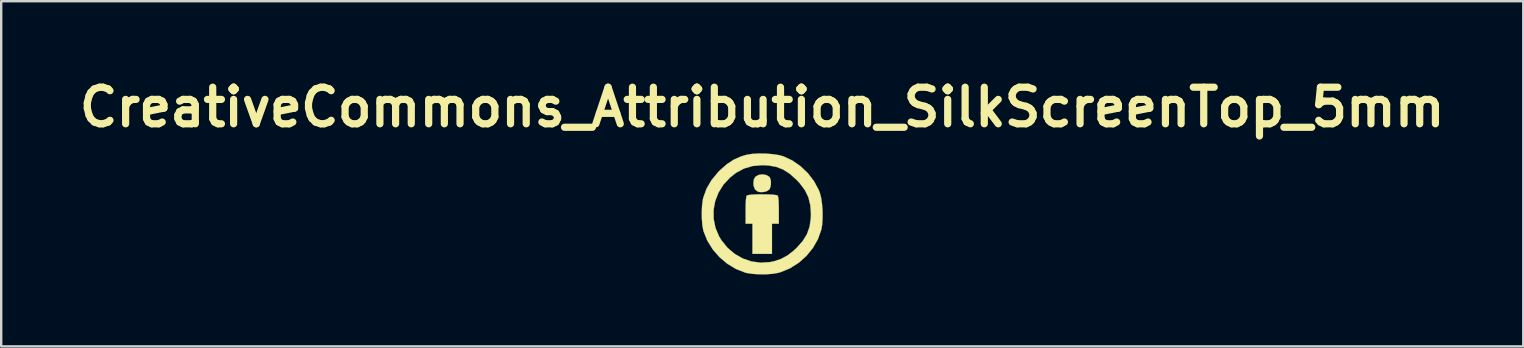
<source format=kicad_pcb>
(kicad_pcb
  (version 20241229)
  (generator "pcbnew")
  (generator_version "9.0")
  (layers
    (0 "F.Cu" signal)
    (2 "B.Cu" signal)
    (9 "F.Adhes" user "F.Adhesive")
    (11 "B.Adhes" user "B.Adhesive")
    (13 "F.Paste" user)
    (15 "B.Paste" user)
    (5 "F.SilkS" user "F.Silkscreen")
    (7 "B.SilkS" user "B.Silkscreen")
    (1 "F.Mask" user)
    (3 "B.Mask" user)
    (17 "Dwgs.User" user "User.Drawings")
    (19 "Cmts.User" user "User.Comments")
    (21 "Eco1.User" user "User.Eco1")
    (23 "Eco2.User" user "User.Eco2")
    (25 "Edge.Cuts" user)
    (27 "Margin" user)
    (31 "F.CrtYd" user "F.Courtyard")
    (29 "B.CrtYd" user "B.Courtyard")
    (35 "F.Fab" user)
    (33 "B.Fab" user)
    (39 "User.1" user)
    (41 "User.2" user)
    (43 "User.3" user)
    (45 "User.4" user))
  (footprint "CreativeCommons_Attribution_SilkScreenTop_5mm"
    (layer "F.Cu")
    (at 28.709 5.863)
    (property "Reference" "CreativeCommons_Attribution_SilkScreenTop_5mm" (at 0 -4.445 0) (layer "F.SilkS") (effects (font (size 1.524 1.524) (thickness 0.3))))
    (attr through_hole)
    (fp_poly (pts (xy 0.158 -1.622) (xy 0.278 -1.56) (xy 0.325 -1.503) (xy 0.361 -1.377) (xy 0.361 -1.225) (xy 0.33 -1.084) (xy 0.294 -1.018) (xy 0.196 -0.95) (xy 0.055 -0.912) (xy -0.095 -0.909) (xy -0.19 -0.933) (xy -0.301 -1.022) (xy -0.358 -1.172) (xy -0.366 -1.28) (xy -0.346 -1.444) (xy -0.28 -1.552) (xy -0.157 -1.621) (xy -0.143 -1.625) (xy 0.008 -1.647) (xy 0.158 -1.622)) (stroke (width 0.01) (type solid)) (fill yes) (layer "F.SilkS"))
    (fp_poly (pts (xy 0.108 -0.814) (xy 0.302 -0.809) (xy 0.468 -0.799) (xy 0.588 -0.783) (xy 0.642 -0.764) (xy 0.665 -0.702) (xy 0.681 -0.567) (xy 0.689 -0.357) (xy 0.691 -0.154) (xy 0.691 0.406) (xy 0.406 0.406) (xy 0.406 1.666) (xy -0.406 1.666) (xy -0.406 0.406) (xy -0.691 0.406) (xy -0.691 -0.154) (xy -0.687 -0.422) (xy -0.677 -0.611) (xy -0.66 -0.726) (xy -0.642 -0.764) (xy -0.582 -0.784) (xy -0.458 -0.8) (xy -0.29 -0.81) (xy -0.095 -0.815) (xy 0.108 -0.814)) (stroke (width 0.01) (type solid)) (fill yes) (layer "F.SilkS"))
    (fp_poly (pts (xy 0.144 -2.512) (xy 0.437 -2.489) (xy 0.699 -2.449) (xy 0.883 -2.399) (xy 1.25 -2.228) (xy 1.594 -1.99) (xy 1.902 -1.697) (xy 2.159 -1.362) (xy 2.354 -0.999) (xy 2.401 -0.879) (xy 2.455 -0.667) (xy 2.493 -0.402) (xy 2.514 -0.11) (xy 2.515 0.184) (xy 2.497 0.452) (xy 2.463 0.652) (xy 2.322 1.049) (xy 2.111 1.419) (xy 1.841 1.751) (xy 1.521 2.036) (xy 1.16 2.264) (xy 0.768 2.426) (xy 0.665 2.455) (xy 0.444 2.494) (xy 0.176 2.514) (xy -0.111 2.516) (xy -0.388 2.499) (xy -0.627 2.464) (xy -0.711 2.444) (xy -1.097 2.293) (xy -1.458 2.074) (xy -1.783 1.798) (xy -2.062 1.477) (xy -2.284 1.12) (xy -2.438 0.74) (xy -2.458 0.668) (xy -2.494 0.462) (xy -2.514 0.206) (xy -2.518 -0.073) (xy -2.514 -0.166) (xy -2.027 -0.166) (xy -2.024 0.209) (xy -1.948 0.58) (xy -1.799 0.935) (xy -1.703 1.093) (xy -1.446 1.411) (xy -1.144 1.668) (xy -0.807 1.859) (xy -0.443 1.982) (xy -0.062 2.033) (xy 0.327 2.008) (xy 0.507 1.97) (xy 0.793 1.872) (xy 1.052 1.731) (xy 1.307 1.534) (xy 1.446 1.403) (xy 1.692 1.123) (xy 1.866 0.839) (xy 1.974 0.532) (xy 2.025 0.184) (xy 2.031 0) (xy 2.005 -0.367) (xy 1.924 -0.692) (xy 1.779 -0.99) (xy 1.564 -1.278) (xy 1.425 -1.426) (xy 1.148 -1.673) (xy 0.874 -1.849) (xy 0.584 -1.961) (xy 0.26 -2.019) (xy 0 -2.031) (xy -0.398 -1.996) (xy -0.76 -1.89) (xy -1.095 -1.71) (xy -1.34 -1.517) (xy -1.614 -1.221) (xy -1.821 -0.891) (xy -1.959 -0.536) (xy -2.027 -0.166) (xy -2.514 -0.166) (xy -2.506 -0.343) (xy -2.477 -0.577) (xy -2.458 -0.668) (xy -2.321 -1.049) (xy -2.114 -1.406) (xy -1.831 -1.747) (xy -1.77 -1.809) (xy -1.479 -2.067) (xy -1.186 -2.259) (xy -0.872 -2.398) (xy -0.652 -2.463) (xy -0.427 -2.5) (xy -0.153 -2.516) (xy 0.144 -2.512)) (stroke (width 0.01) (type solid)) (fill yes) (layer "F.SilkS")))
  (gr_rect
    (start -3 -3)
    (end 60.419 11.384)
    (stroke (width 0.1) (type default))
    (fill no)
    (layer "Edge.Cuts")))
</source>
